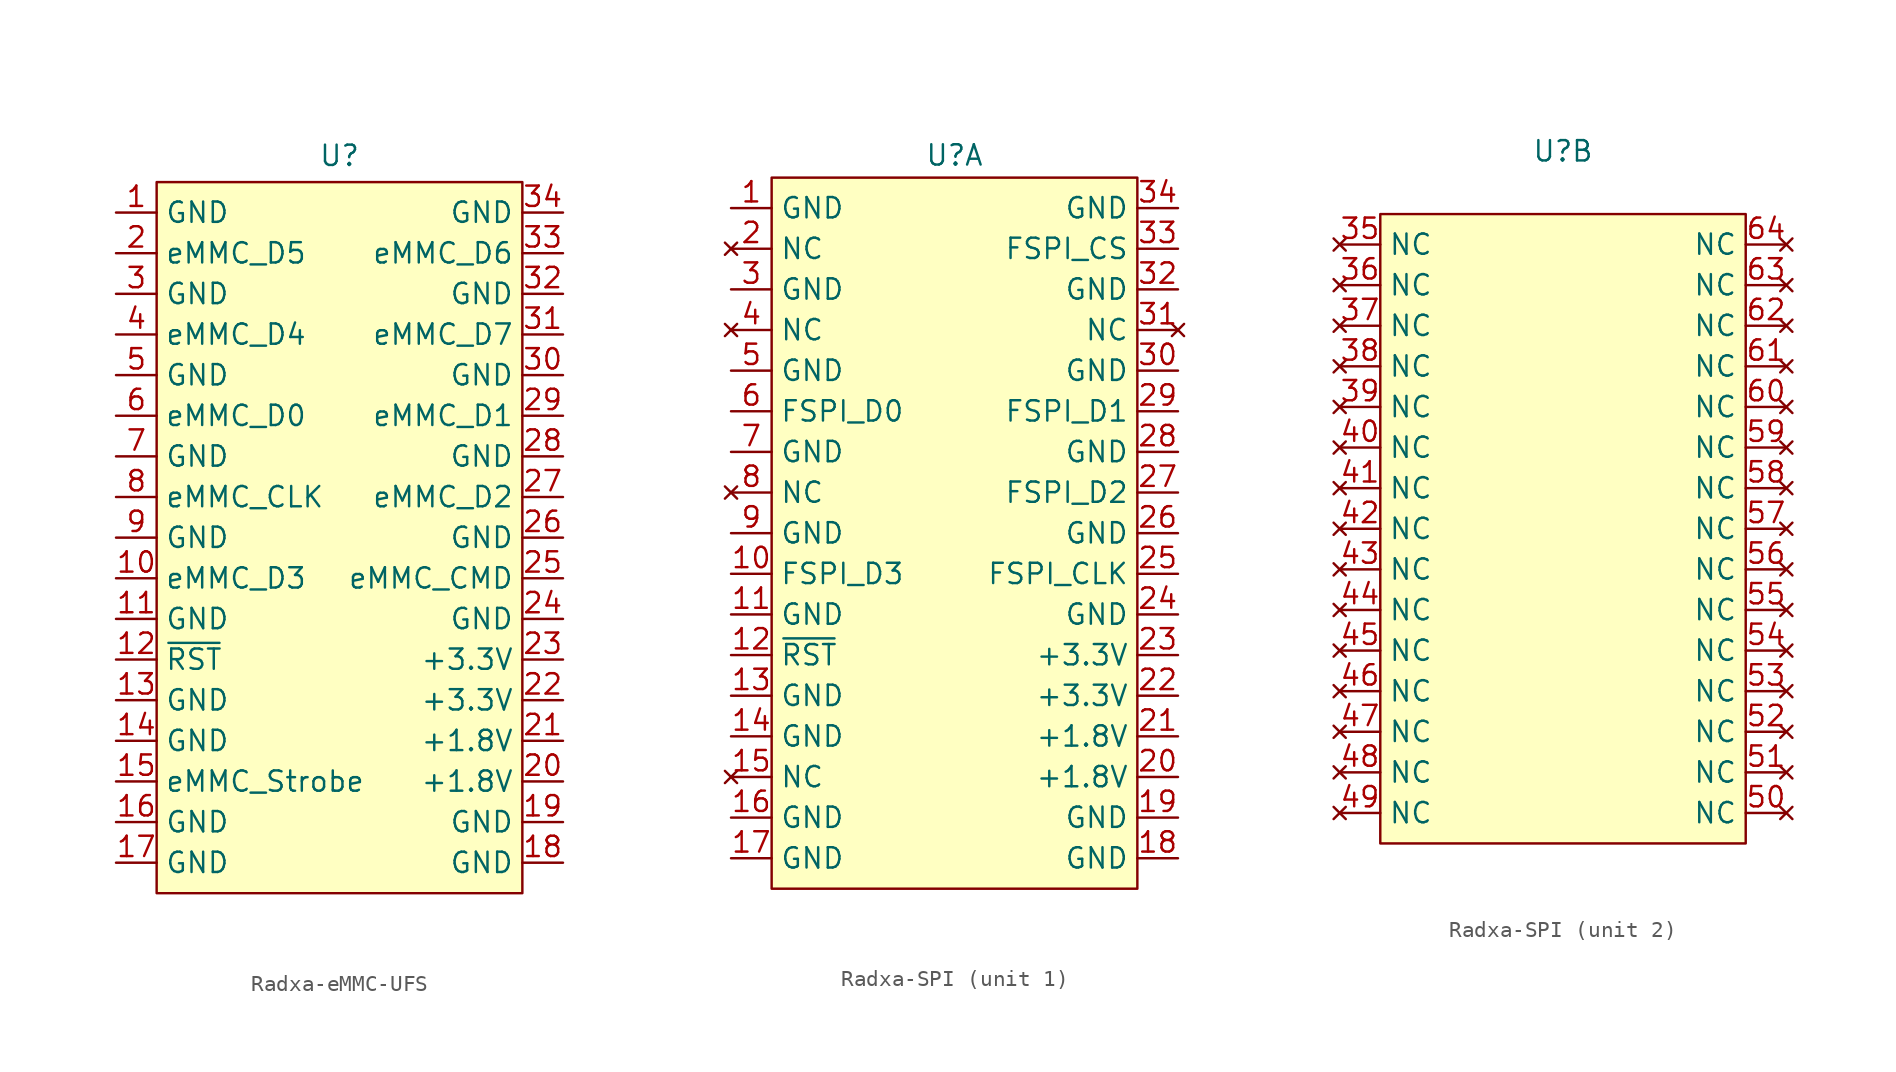
<source format=kicad_sym>
(kicad_symbol_lib
  (version 20241209)
  (generator "kicad_symbol_editor")
  (generator_version "9.0")
  (symbol "Radxa-eMMC-UFS"
    (property "Reference" "U"
      (at 0 23.876 0)
      (effects (font (size 1.27 1.27))))
    (property "Value" ""
      (at 0 0 0)
      (effects (font (size 1.27 1.27))))
    (property "ki_locked" ""
      (at 0 0 0)
      (effects (font (size 1.27 1.27))))
    (symbol "Radxa-eMMC-UFS_1_1"
      (rectangle (start -11.43 22.225) (end 11.43 -22.225) (stroke (width 0) (type default)) (fill (type background)))
      (pin passive line (at -13.97 20.32 0) (length 2.54) (name "GND" (effects (font (size 1.27 1.27)))) (number "1" (effects (font (size 1.27 1.27)))))
      (pin bidirectional line (at -13.97 17.78 0) (length 2.54) (name "eMMC_D5" (effects (font (size 1.27 1.27)))) (number "2" (effects (font (size 1.27 1.27)))))
      (pin passive line (at -13.97 15.24 0) (length 2.54) (name "GND" (effects (font (size 1.27 1.27)))) (number "3" (effects (font (size 1.27 1.27)))))
      (pin bidirectional line (at -13.97 12.7 0) (length 2.54) (name "eMMC_D4" (effects (font (size 1.27 1.27)))) (number "4" (effects (font (size 1.27 1.27)))))
      (pin passive line (at -13.97 10.16 0) (length 2.54) (name "GND" (effects (font (size 1.27 1.27)))) (number "5" (effects (font (size 1.27 1.27)))))
      (pin bidirectional line (at -13.97 7.62 0) (length 2.54) (name "eMMC_D0" (effects (font (size 1.27 1.27)))) (number "6" (effects (font (size 1.27 1.27)))))
      (pin passive line (at -13.97 5.08 0) (length 2.54) (name "GND" (effects (font (size 1.27 1.27)))) (number "7" (effects (font (size 1.27 1.27)))))
      (pin input line (at -13.97 2.54 0) (length 2.54) (name "eMMC_CLK" (effects (font (size 1.27 1.27)))) (number "8" (effects (font (size 1.27 1.27)))))
      (pin passive line (at -13.97 0 0) (length 2.54) (name "GND" (effects (font (size 1.27 1.27)))) (number "9" (effects (font (size 1.27 1.27)))))
      (pin bidirectional line (at -13.97 -2.54 0) (length 2.54) (name "eMMC_D3" (effects (font (size 1.27 1.27)))) (number "10" (effects (font (size 1.27 1.27)))))
      (pin passive line (at -13.97 -5.08 0) (length 2.54) (name "GND" (effects (font (size 1.27 1.27)))) (number "11" (effects (font (size 1.27 1.27)))))
      (pin input line (at -13.97 -7.62 0) (length 2.54) (name "~{RST}" (effects (font (size 1.27 1.27)))) (number "12" (effects (font (size 1.27 1.27)))))
      (pin passive line (at -13.97 -10.16 0) (length 2.54) (name "GND" (effects (font (size 1.27 1.27)))) (number "13" (effects (font (size 1.27 1.27)))))
      (pin passive line (at -13.97 -12.7 0) (length 2.54) (name "GND" (effects (font (size 1.27 1.27)))) (number "14" (effects (font (size 1.27 1.27)))))
      (pin bidirectional line (at -13.97 -15.24 0) (length 2.54) (name "eMMC_Strobe" (effects (font (size 1.27 1.27)))) (number "15" (effects (font (size 1.27 1.27)))))
      (pin passive line (at -13.97 -17.78 0) (length 2.54) (name "GND" (effects (font (size 1.27 1.27)))) (number "16" (effects (font (size 1.27 1.27)))))
      (pin passive line (at -13.97 -20.32 0) (length 2.54) (name "GND" (effects (font (size 1.27 1.27)))) (number "17" (effects (font (size 1.27 1.27)))))
      (pin passive line (at 13.97 20.32 180) (length 2.54) (name "GND" (effects (font (size 1.27 1.27)))) (number "34" (effects (font (size 1.27 1.27)))))
      (pin bidirectional line (at 13.97 17.78 180) (length 2.54) (name "eMMC_D6" (effects (font (size 1.27 1.27)))) (number "33" (effects (font (size 1.27 1.27)))))
      (pin passive line (at 13.97 15.24 180) (length 2.54) (name "GND" (effects (font (size 1.27 1.27)))) (number "32" (effects (font (size 1.27 1.27)))))
      (pin bidirectional line (at 13.97 12.7 180) (length 2.54) (name "eMMC_D7" (effects (font (size 1.27 1.27)))) (number "31" (effects (font (size 1.27 1.27)))))
      (pin passive line (at 13.97 10.16 180) (length 2.54) (name "GND" (effects (font (size 1.27 1.27)))) (number "30" (effects (font (size 1.27 1.27)))))
      (pin bidirectional line (at 13.97 7.62 180) (length 2.54) (name "eMMC_D1" (effects (font (size 1.27 1.27)))) (number "29" (effects (font (size 1.27 1.27)))))
      (pin passive line (at 13.97 5.08 180) (length 2.54) (name "GND" (effects (font (size 1.27 1.27)))) (number "28" (effects (font (size 1.27 1.27)))))
      (pin bidirectional line (at 13.97 2.54 180) (length 2.54) (name "eMMC_D2" (effects (font (size 1.27 1.27)))) (number "27" (effects (font (size 1.27 1.27)))))
      (pin passive line (at 13.97 0 180) (length 2.54) (name "GND" (effects (font (size 1.27 1.27)))) (number "26" (effects (font (size 1.27 1.27)))))
      (pin bidirectional line (at 13.97 -2.54 180) (length 2.54) (name "eMMC_CMD" (effects (font (size 1.27 1.27)))) (number "25" (effects (font (size 1.27 1.27)))))
      (pin passive line (at 13.97 -5.08 180) (length 2.54) (name "GND" (effects (font (size 1.27 1.27)))) (number "24" (effects (font (size 1.27 1.27)))))
      (pin power_in line (at 13.97 -7.62 180) (length 2.54) (name "+3.3V" (effects (font (size 1.27 1.27)))) (number "23" (effects (font (size 1.27 1.27)))))
      (pin power_in line (at 13.97 -10.16 180) (length 2.54) (name "+3.3V" (effects (font (size 1.27 1.27)))) (number "22" (effects (font (size 1.27 1.27)))))
      (pin power_in line (at 13.97 -12.7 180) (length 2.54) (name "+1.8V" (effects (font (size 1.27 1.27)))) (number "21" (effects (font (size 1.27 1.27)))))
      (pin power_in line (at 13.97 -15.24 180) (length 2.54) (name "+1.8V" (effects (font (size 1.27 1.27)))) (number "20" (effects (font (size 1.27 1.27)))))
      (pin passive line (at 13.97 -17.78 180) (length 2.54) (name "GND" (effects (font (size 1.27 1.27)))) (number "19" (effects (font (size 1.27 1.27)))))
      (pin passive line (at 13.97 -20.32 180) (length 2.54) (name "GND" (effects (font (size 1.27 1.27)))) (number "18" (effects (font (size 1.27 1.27)))))))
  (symbol "Radxa-SPI"
    (property "Reference" "U"
      (at 0 23.622 0)
      (effects (font (size 1.27 1.27))))
    (property "Value" ""
      (at 0 0 0)
      (effects (font (size 1.27 1.27))))
    (property "ki_locked" ""
      (at 0 0 0)
      (effects (font (size 1.27 1.27))))
    (symbol "Radxa-SPI_1_1"
      (rectangle (start -11.43 22.225) (end 11.43 -22.225) (stroke (width 0) (type default)) (fill (type background)))
      (pin passive line (at -13.97 20.32 0) (length 2.54) (name "GND" (effects (font (size 1.27 1.27)))) (number "1" (effects (font (size 1.27 1.27)))))
      (pin no_connect line (at -13.97 17.78 0) (length 2.54) (name "NC" (effects (font (size 1.27 1.27)))) (number "2" (effects (font (size 1.27 1.27)))))
      (pin passive line (at -13.97 15.24 0) (length 2.54) (name "GND" (effects (font (size 1.27 1.27)))) (number "3" (effects (font (size 1.27 1.27)))))
      (pin no_connect line (at -13.97 12.7 0) (length 2.54) (name "NC" (effects (font (size 1.27 1.27)))) (number "4" (effects (font (size 1.27 1.27)))))
      (pin passive line (at -13.97 10.16 0) (length 2.54) (name "GND" (effects (font (size 1.27 1.27)))) (number "5" (effects (font (size 1.27 1.27)))))
      (pin bidirectional line (at -13.97 7.62 0) (length 2.54) (name "FSPI_D0" (effects (font (size 1.27 1.27)))) (number "6" (effects (font (size 1.27 1.27)))))
      (pin passive line (at -13.97 5.08 0) (length 2.54) (name "GND" (effects (font (size 1.27 1.27)))) (number "7" (effects (font (size 1.27 1.27)))))
      (pin no_connect line (at -13.97 2.54 0) (length 2.54) (name "NC" (effects (font (size 1.27 1.27)))) (number "8" (effects (font (size 1.27 1.27)))))
      (pin passive line (at -13.97 0 0) (length 2.54) (name "GND" (effects (font (size 1.27 1.27)))) (number "9" (effects (font (size 1.27 1.27)))))
      (pin bidirectional line (at -13.97 -2.54 0) (length 2.54) (name "FSPI_D3" (effects (font (size 1.27 1.27)))) (number "10" (effects (font (size 1.27 1.27)))))
      (pin passive line (at -13.97 -5.08 0) (length 2.54) (name "GND" (effects (font (size 1.27 1.27)))) (number "11" (effects (font (size 1.27 1.27)))))
      (pin input line (at -13.97 -7.62 0) (length 2.54) (name "~{RST}" (effects (font (size 1.27 1.27)))) (number "12" (effects (font (size 1.27 1.27)))))
      (pin passive line (at -13.97 -10.16 0) (length 2.54) (name "GND" (effects (font (size 1.27 1.27)))) (number "13" (effects (font (size 1.27 1.27)))))
      (pin passive line (at -13.97 -12.7 0) (length 2.54) (name "GND" (effects (font (size 1.27 1.27)))) (number "14" (effects (font (size 1.27 1.27)))))
      (pin no_connect line (at -13.97 -15.24 0) (length 2.54) (name "NC" (effects (font (size 1.27 1.27)))) (number "15" (effects (font (size 1.27 1.27)))))
      (pin passive line (at -13.97 -17.78 0) (length 2.54) (name "GND" (effects (font (size 1.27 1.27)))) (number "16" (effects (font (size 1.27 1.27)))))
      (pin passive line (at -13.97 -20.32 0) (length 2.54) (name "GND" (effects (font (size 1.27 1.27)))) (number "17" (effects (font (size 1.27 1.27)))))
      (pin passive line (at 13.97 20.32 180) (length 2.54) (name "GND" (effects (font (size 1.27 1.27)))) (number "34" (effects (font (size 1.27 1.27)))))
      (pin input line (at 13.97 17.78 180) (length 2.54) (name "FSPI_CS" (effects (font (size 1.27 1.27)))) (number "33" (effects (font (size 1.27 1.27)))))
      (pin passive line (at 13.97 15.24 180) (length 2.54) (name "GND" (effects (font (size 1.27 1.27)))) (number "32" (effects (font (size 1.27 1.27)))))
      (pin no_connect line (at 13.97 12.7 180) (length 2.54) (name "NC" (effects (font (size 1.27 1.27)))) (number "31" (effects (font (size 1.27 1.27)))))
      (pin passive line (at 13.97 10.16 180) (length 2.54) (name "GND" (effects (font (size 1.27 1.27)))) (number "30" (effects (font (size 1.27 1.27)))))
      (pin bidirectional line (at 13.97 7.62 180) (length 2.54) (name "FSPI_D1" (effects (font (size 1.27 1.27)))) (number "29" (effects (font (size 1.27 1.27)))))
      (pin passive line (at 13.97 5.08 180) (length 2.54) (name "GND" (effects (font (size 1.27 1.27)))) (number "28" (effects (font (size 1.27 1.27)))))
      (pin bidirectional line (at 13.97 2.54 180) (length 2.54) (name "FSPI_D2" (effects (font (size 1.27 1.27)))) (number "27" (effects (font (size 1.27 1.27)))))
      (pin passive line (at 13.97 0 180) (length 2.54) (name "GND" (effects (font (size 1.27 1.27)))) (number "26" (effects (font (size 1.27 1.27)))))
      (pin input line (at 13.97 -2.54 180) (length 2.54) (name "FSPI_CLK" (effects (font (size 1.27 1.27)))) (number "25" (effects (font (size 1.27 1.27)))))
      (pin passive line (at 13.97 -5.08 180) (length 2.54) (name "GND" (effects (font (size 1.27 1.27)))) (number "24" (effects (font (size 1.27 1.27)))))
      (pin power_in line (at 13.97 -7.62 180) (length 2.54) (name "+3.3V" (effects (font (size 1.27 1.27)))) (number "23" (effects (font (size 1.27 1.27)))))
      (pin power_in line (at 13.97 -10.16 180) (length 2.54) (name "+3.3V" (effects (font (size 1.27 1.27)))) (number "22" (effects (font (size 1.27 1.27)))))
      (pin power_in line (at 13.97 -12.7 180) (length 2.54) (name "+1.8V" (effects (font (size 1.27 1.27)))) (number "21" (effects (font (size 1.27 1.27)))))
      (pin power_in line (at 13.97 -15.24 180) (length 2.54) (name "+1.8V" (effects (font (size 1.27 1.27)))) (number "20" (effects (font (size 1.27 1.27)))))
      (pin passive line (at 13.97 -17.78 180) (length 2.54) (name "GND" (effects (font (size 1.27 1.27)))) (number "19" (effects (font (size 1.27 1.27)))))
      (pin passive line (at 13.97 -20.32 180) (length 2.54) (name "GND" (effects (font (size 1.27 1.27)))) (number "18" (effects (font (size 1.27 1.27))))))
    (symbol "Radxa-SPI_2_1"
      (rectangle (start -11.43 19.685) (end 11.43 -19.685) (stroke (width 0) (type default)) (fill (type background)))
      (pin no_connect line (at -13.97 17.78 0) (length 2.54) (name "NC" (effects (font (size 1.27 1.27)))) (number "35" (effects (font (size 1.27 1.27)))))
      (pin no_connect line (at -13.97 15.24 0) (length 2.54) (name "NC" (effects (font (size 1.27 1.27)))) (number "36" (effects (font (size 1.27 1.27)))))
      (pin no_connect line (at -13.97 12.7 0) (length 2.54) (name "NC" (effects (font (size 1.27 1.27)))) (number "37" (effects (font (size 1.27 1.27)))))
      (pin no_connect line (at -13.97 10.16 0) (length 2.54) (name "NC" (effects (font (size 1.27 1.27)))) (number "38" (effects (font (size 1.27 1.27)))))
      (pin no_connect line (at -13.97 7.62 0) (length 2.54) (name "NC" (effects (font (size 1.27 1.27)))) (number "39" (effects (font (size 1.27 1.27)))))
      (pin no_connect line (at -13.97 5.08 0) (length 2.54) (name "NC" (effects (font (size 1.27 1.27)))) (number "40" (effects (font (size 1.27 1.27)))))
      (pin no_connect line (at -13.97 2.54 0) (length 2.54) (name "NC" (effects (font (size 1.27 1.27)))) (number "41" (effects (font (size 1.27 1.27)))))
      (pin no_connect line (at -13.97 0 0) (length 2.54) (name "NC" (effects (font (size 1.27 1.27)))) (number "42" (effects (font (size 1.27 1.27)))))
      (pin no_connect line (at -13.97 -2.54 0) (length 2.54) (name "NC" (effects (font (size 1.27 1.27)))) (number "43" (effects (font (size 1.27 1.27)))))
      (pin no_connect line (at -13.97 -5.08 0) (length 2.54) (name "NC" (effects (font (size 1.27 1.27)))) (number "44" (effects (font (size 1.27 1.27)))))
      (pin no_connect line (at -13.97 -7.62 0) (length 2.54) (name "NC" (effects (font (size 1.27 1.27)))) (number "45" (effects (font (size 1.27 1.27)))))
      (pin no_connect line (at -13.97 -10.16 0) (length 2.54) (name "NC" (effects (font (size 1.27 1.27)))) (number "46" (effects (font (size 1.27 1.27)))))
      (pin no_connect line (at -13.97 -12.7 0) (length 2.54) (name "NC" (effects (font (size 1.27 1.27)))) (number "47" (effects (font (size 1.27 1.27)))))
      (pin no_connect line (at -13.97 -15.24 0) (length 2.54) (name "NC" (effects (font (size 1.27 1.27)))) (number "48" (effects (font (size 1.27 1.27)))))
      (pin no_connect line (at -13.97 -17.78 0) (length 2.54) (name "NC" (effects (font (size 1.27 1.27)))) (number "49" (effects (font (size 1.27 1.27)))))
      (pin no_connect line (at 13.97 17.78 180) (length 2.54) (name "NC" (effects (font (size 1.27 1.27)))) (number "64" (effects (font (size 1.27 1.27)))))
      (pin no_connect line (at 13.97 15.24 180) (length 2.54) (name "NC" (effects (font (size 1.27 1.27)))) (number "63" (effects (font (size 1.27 1.27)))))
      (pin no_connect line (at 13.97 12.7 180) (length 2.54) (name "NC" (effects (font (size 1.27 1.27)))) (number "62" (effects (font (size 1.27 1.27)))))
      (pin no_connect line (at 13.97 10.16 180) (length 2.54) (name "NC" (effects (font (size 1.27 1.27)))) (number "61" (effects (font (size 1.27 1.27)))))
      (pin no_connect line (at 13.97 7.62 180) (length 2.54) (name "NC" (effects (font (size 1.27 1.27)))) (number "60" (effects (font (size 1.27 1.27)))))
      (pin no_connect line (at 13.97 5.08 180) (length 2.54) (name "NC" (effects (font (size 1.27 1.27)))) (number "59" (effects (font (size 1.27 1.27)))))
      (pin no_connect line (at 13.97 2.54 180) (length 2.54) (name "NC" (effects (font (size 1.27 1.27)))) (number "58" (effects (font (size 1.27 1.27)))))
      (pin no_connect line (at 13.97 0 180) (length 2.54) (name "NC" (effects (font (size 1.27 1.27)))) (number "57" (effects (font (size 1.27 1.27)))))
      (pin no_connect line (at 13.97 -2.54 180) (length 2.54) (name "NC" (effects (font (size 1.27 1.27)))) (number "56" (effects (font (size 1.27 1.27)))))
      (pin no_connect line (at 13.97 -5.08 180) (length 2.54) (name "NC" (effects (font (size 1.27 1.27)))) (number "55" (effects (font (size 1.27 1.27)))))
      (pin no_connect line (at 13.97 -7.62 180) (length 2.54) (name "NC" (effects (font (size 1.27 1.27)))) (number "54" (effects (font (size 1.27 1.27)))))
      (pin no_connect line (at 13.97 -10.16 180) (length 2.54) (name "NC" (effects (font (size 1.27 1.27)))) (number "53" (effects (font (size 1.27 1.27)))))
      (pin no_connect line (at 13.97 -12.7 180) (length 2.54) (name "NC" (effects (font (size 1.27 1.27)))) (number "52" (effects (font (size 1.27 1.27)))))
      (pin no_connect line (at 13.97 -15.24 180) (length 2.54) (name "NC" (effects (font (size 1.27 1.27)))) (number "51" (effects (font (size 1.27 1.27)))))
      (pin no_connect line (at 13.97 -17.78 180) (length 2.54) (name "NC" (effects (font (size 1.27 1.27)))) (number "50" (effects (font (size 1.27 1.27))))))))
</source>
